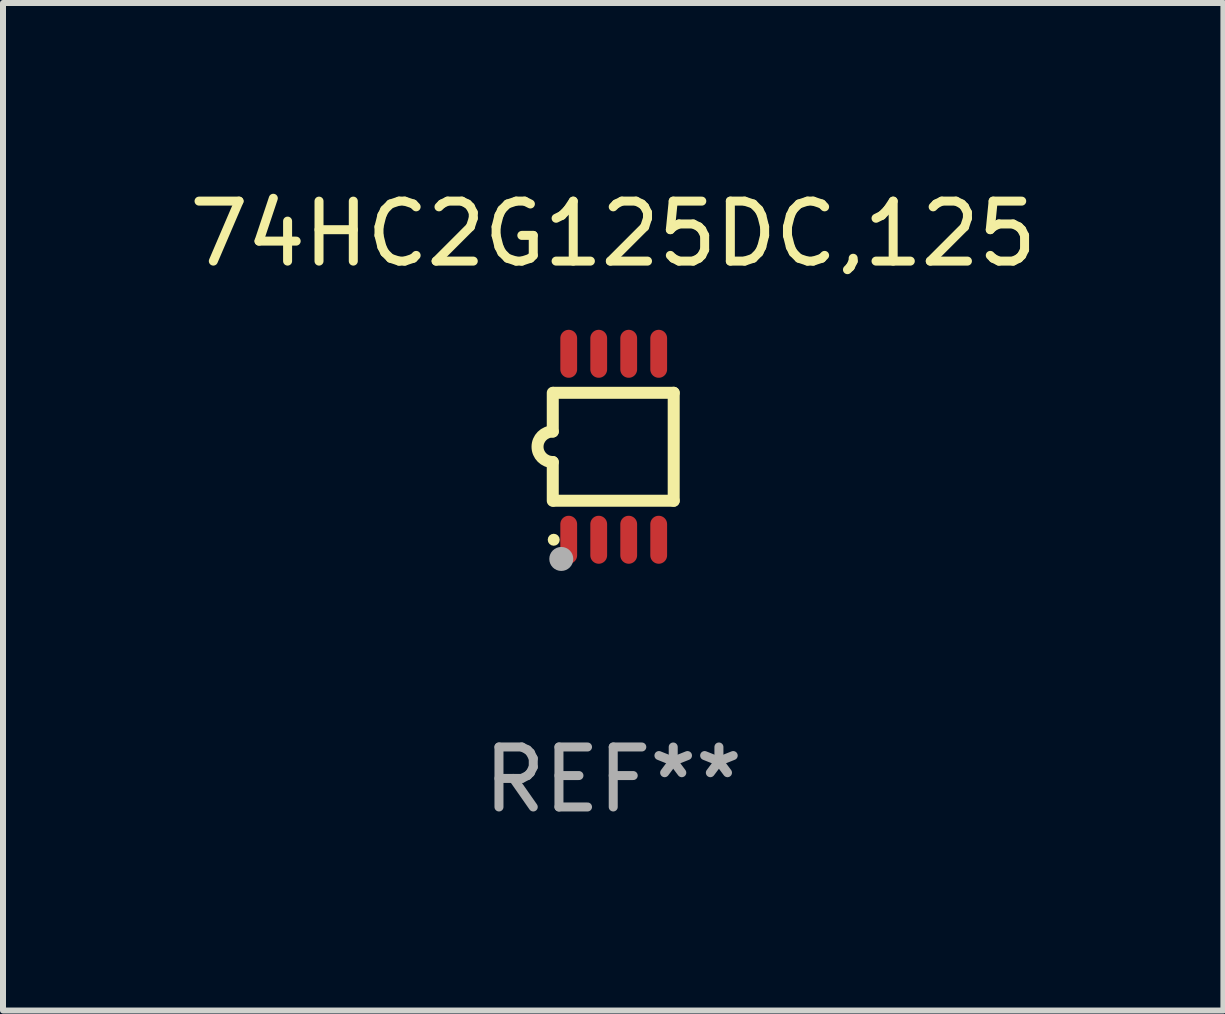
<source format=kicad_pcb>
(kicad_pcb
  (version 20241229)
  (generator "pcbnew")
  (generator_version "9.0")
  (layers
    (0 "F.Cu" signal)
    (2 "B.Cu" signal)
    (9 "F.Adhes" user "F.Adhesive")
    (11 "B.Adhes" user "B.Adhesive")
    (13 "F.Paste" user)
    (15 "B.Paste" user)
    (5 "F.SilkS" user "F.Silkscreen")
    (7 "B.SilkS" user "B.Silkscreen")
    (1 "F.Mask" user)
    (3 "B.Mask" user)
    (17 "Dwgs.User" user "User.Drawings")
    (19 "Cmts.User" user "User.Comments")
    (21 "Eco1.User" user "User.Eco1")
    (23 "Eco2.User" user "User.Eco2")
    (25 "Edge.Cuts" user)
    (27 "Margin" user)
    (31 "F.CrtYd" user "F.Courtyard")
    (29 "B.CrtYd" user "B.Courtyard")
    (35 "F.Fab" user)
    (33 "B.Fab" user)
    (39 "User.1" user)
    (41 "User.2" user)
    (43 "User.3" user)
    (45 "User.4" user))
  (footprint "74HC2G125DC,125"
    (layer "F.Cu")
    (at 7.173 4.398)
    (property "Reference" "74HC2G125DC,125" (at 0 -3.55 0) (layer "F.SilkS") (effects (font (size 1 1) (thickness 0.15))))
    (attr through_hole)
    (fp_line (start -1.008 -0.254) (end -1.008 -0.9) (stroke (width 0.2) (type solid)) (layer "F.SilkS"))
    (fp_line (start -1.008 0.254) (end -1.008 0.9) (stroke (width 0.2) (type solid)) (layer "F.SilkS"))
    (fp_line (start -0.992 0.9) (end 1.008 0.9) (stroke (width 0.2) (type solid)) (layer "F.SilkS"))
    (fp_line (start 1.008 -0.9) (end -0.992 -0.9) (stroke (width 0.2) (type solid)) (layer "F.SilkS"))
    (fp_line (start 1.008 0.9) (end 1.008 -0.9) (stroke (width 0.2) (type solid)) (layer "F.SilkS"))
    (fp_arc (start -1.008001 0.254001) (mid -1.262002 0) (end -1.008001 -0.254001) (stroke (width 0.2) (type solid)) (layer "F.SilkS"))
    (fp_circle (center -0.992 1.55) (end -0.942 1.55) (stroke (width 0.1) (type solid)) (fill no) (layer "F.SilkS"))
    (fp_circle (center -0.866 1.87) (end -0.766 1.87) (stroke (width 0.2) (type solid)) (fill no) (layer "F.Fab"))
    (fp_text user "REF**" (at 0 5.55 0) (layer "F.Fab") (effects (font (size 1 1) (thickness 0.15))))
    (pad "1" smd oval (at -0.742 1.55 270) (size 0.8 0.28) (layers "F.Cu" "F.Mask" "F.Paste"))
    (pad "2" smd oval (at -0.242 1.55 270) (size 0.8 0.28) (layers "F.Cu" "F.Mask" "F.Paste"))
    (pad "3" smd oval (at 0.258 1.55 270) (size 0.8 0.28) (layers "F.Cu" "F.Mask" "F.Paste"))
    (pad "4" smd oval (at 0.758 1.55 270) (size 0.8 0.28) (layers "F.Cu" "F.Mask" "F.Paste"))
    (pad "5" smd oval (at 0.758 -1.55 270) (size 0.8 0.28) (layers "F.Cu" "F.Mask" "F.Paste"))
    (pad "6" smd oval (at 0.258 -1.55 270) (size 0.8 0.28) (layers "F.Cu" "F.Mask" "F.Paste"))
    (pad "7" smd oval (at -0.242 -1.55 270) (size 0.8 0.28) (layers "F.Cu" "F.Mask" "F.Paste"))
    (pad "8" smd oval (at -0.742 -1.55 270) (size 0.8 0.28) (layers "F.Cu" "F.Mask" "F.Paste")))
  (gr_rect
    (start -3 -3)
    (end 17.345 13.796)
    (stroke (width 0.1) (type default))
    (fill no)
    (layer "Edge.Cuts")))
</source>
